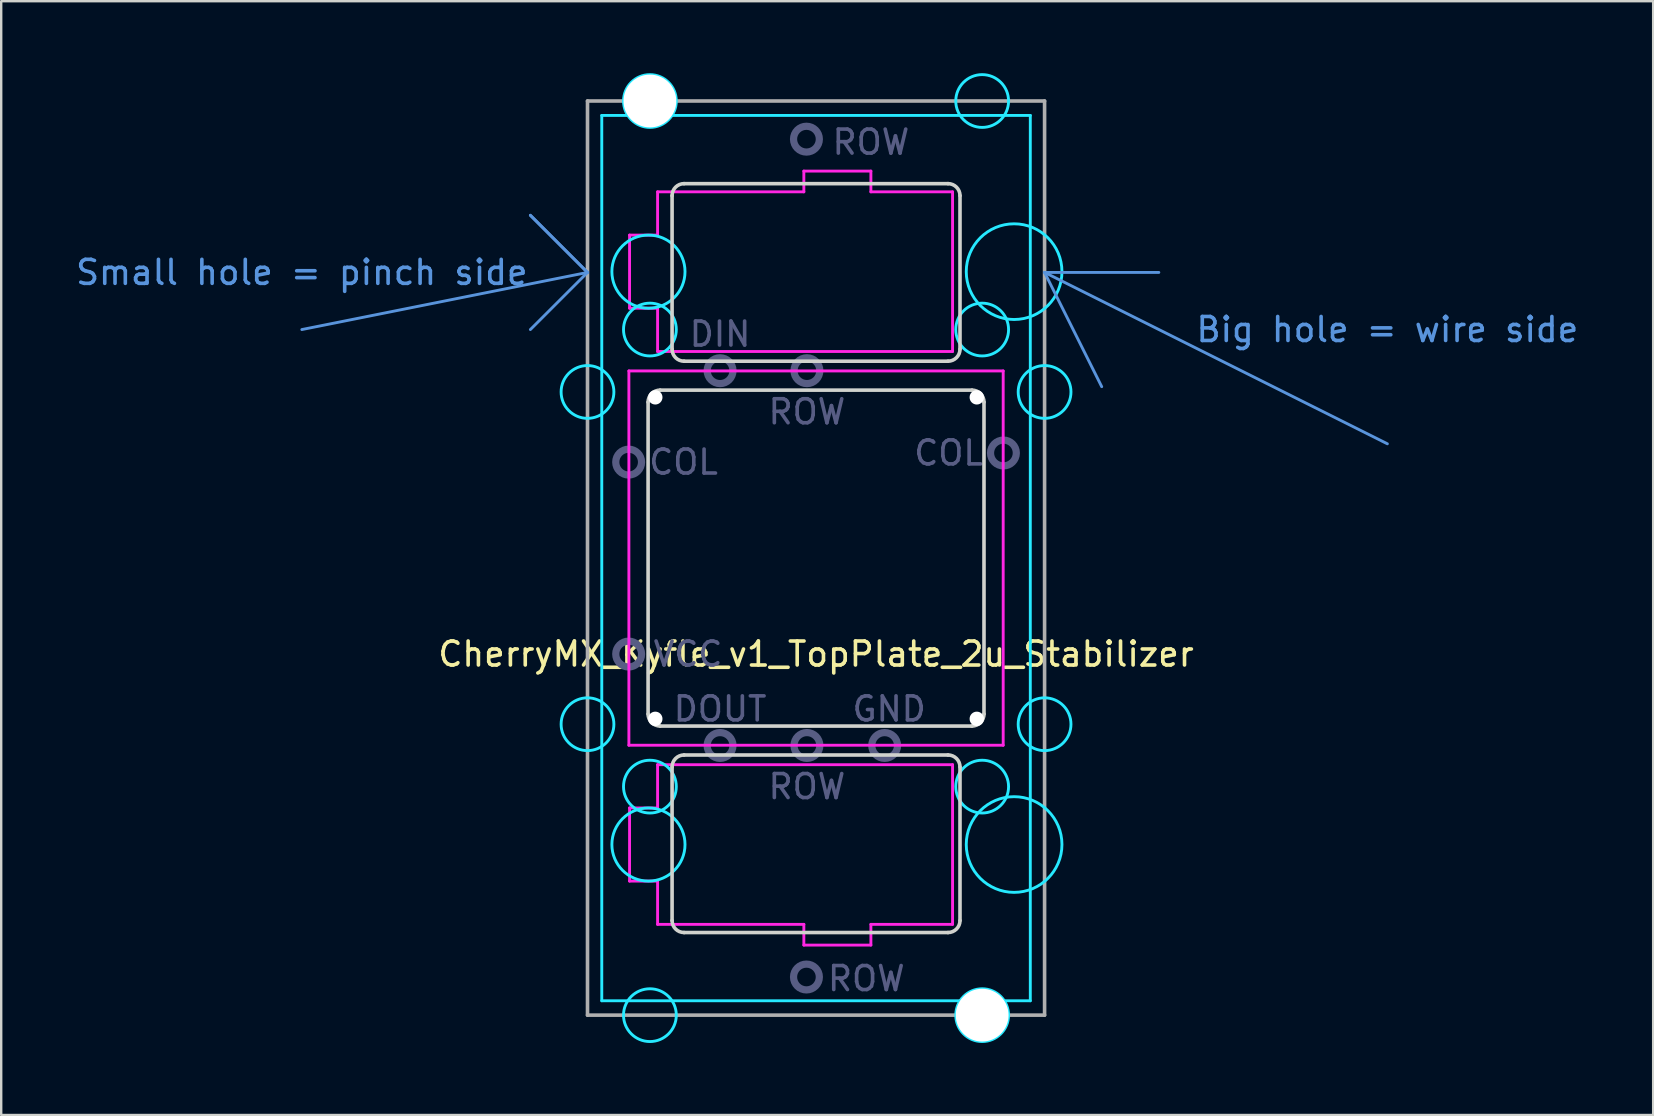
<source format=kicad_pcb>
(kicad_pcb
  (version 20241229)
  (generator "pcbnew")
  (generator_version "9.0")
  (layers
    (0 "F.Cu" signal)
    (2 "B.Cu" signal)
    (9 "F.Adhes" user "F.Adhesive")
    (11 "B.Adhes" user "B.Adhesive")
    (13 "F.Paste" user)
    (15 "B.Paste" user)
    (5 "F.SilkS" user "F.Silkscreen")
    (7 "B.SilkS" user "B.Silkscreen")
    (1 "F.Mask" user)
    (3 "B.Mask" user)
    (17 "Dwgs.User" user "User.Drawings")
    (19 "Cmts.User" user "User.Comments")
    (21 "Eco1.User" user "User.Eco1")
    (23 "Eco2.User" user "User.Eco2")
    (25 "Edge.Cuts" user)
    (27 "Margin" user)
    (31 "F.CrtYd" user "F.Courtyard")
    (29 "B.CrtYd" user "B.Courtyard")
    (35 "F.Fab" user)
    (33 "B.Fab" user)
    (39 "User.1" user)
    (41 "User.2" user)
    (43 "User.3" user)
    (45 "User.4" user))
  (footprint "CherryMX_Kyfle_v1_TopPlate_2u_Stabilizer"
    (layer "F.Cu")
    (at 30.961 20.21)
    (property "Reference" "CherryMX_Kyfle_v1_TopPlate_2u_Stabilizer" (at 0 4 0) (layer "F.SilkS") (effects (font (size 1 1) (thickness 0.15))))
    (attr through_hole)
    (fp_line (start -21.431 -9.525) (end -9.525 -11.906) (stroke (width 0.12) (type solid)) (layer "Cmts.User"))
    (fp_line (start -11.906 -14.287) (end -9.525 -11.906) (stroke (width 0.12) (type solid)) (layer "Cmts.User"))
    (fp_line (start -9.525 -11.906) (end -11.906 -14.287) (stroke (width 0.12) (type solid)) (layer "Cmts.User"))
    (fp_line (start -9.525 -11.906) (end -11.906 -9.525) (stroke (width 0.12) (type solid)) (layer "Cmts.User"))
    (fp_line (start 9.525 -11.906) (end 11.906 -7.144) (stroke (width 0.12) (type solid)) (layer "Cmts.User"))
    (fp_line (start 9.525 -11.906) (end 14.287 -11.906) (stroke (width 0.12) (type solid)) (layer "Cmts.User"))
    (fp_line (start 9.525 -11.906) (end 23.812 -4.763) (stroke (width 0.12) (type solid)) (layer "Cmts.User"))
    (fp_line (start -8.75 -10.44) (end -8.75 -13.44) (stroke (width 0.12) (type solid)) (layer "Eco1.User"))
    (fp_line (start -8.75 10.44) (end -8.75 13.44) (stroke (width 0.12) (type solid)) (layer "Eco1.User"))
    (fp_line (start -7.5 -13.94) (end -8.25 -13.94) (stroke (width 0.12) (type solid)) (layer "Eco1.User"))
    (fp_line (start -7.5 -9.94) (end -8.25 -9.94) (stroke (width 0.12) (type solid)) (layer "Eco1.User"))
    (fp_line (start -7.5 9.94) (end -8.25 9.94) (stroke (width 0.12) (type solid)) (layer "Eco1.User"))
    (fp_line (start -7.5 13.94) (end -8.25 13.94) (stroke (width 0.12) (type solid)) (layer "Eco1.User"))
    (fp_line (start -7 -16.025) (end -7 -14.44) (stroke (width 0.12) (type solid)) (layer "Eco1.User"))
    (fp_line (start -7 -9.44) (end -7 9.44) (stroke (width 0.12) (type solid)) (layer "Eco1.User"))
    (fp_line (start -7 16.025) (end -7 14.44) (stroke (width 0.12) (type solid)) (layer "Eco1.User"))
    (fp_line (start -6.5 16.525) (end 10.25 16.525) (stroke (width 0.12) (type solid)) (layer "Eco1.User"))
    (fp_line (start 7 6.855) (end 7 -6.855) (stroke (width 0.12) (type solid)) (layer "Eco1.User"))
    (fp_line (start 10.25 -16.525) (end -6.5 -16.525) (stroke (width 0.12) (type solid)) (layer "Eco1.User"))
    (fp_line (start 10.25 -7.355) (end 7.5 -7.355) (stroke (width 0.12) (type solid)) (layer "Eco1.User"))
    (fp_line (start 10.25 7.355) (end 7.5 7.355) (stroke (width 0.12) (type solid)) (layer "Eco1.User"))
    (fp_line (start 10.75 -16.025) (end 10.75 -7.855) (stroke (width 0.12) (type solid)) (layer "Eco1.User"))
    (fp_line (start 10.75 16.025) (end 10.75 7.855) (stroke (width 0.12) (type solid)) (layer "Eco1.User"))
    (fp_arc (start -8.75 -13.44) (mid -8.603553 -13.793553) (end -8.25 -13.94) (stroke (width 0.12) (type solid)) (layer "Eco1.User"))
    (fp_arc (start -8.75 10.44) (mid -8.603553 10.086447) (end -8.25 9.94) (stroke (width 0.12) (type solid)) (layer "Eco1.User"))
    (fp_arc (start -8.25 -9.94) (mid -8.603553 -10.086447) (end -8.75 -10.44) (stroke (width 0.12) (type solid)) (layer "Eco1.User"))
    (fp_arc (start -8.25 13.94) (mid -8.603553 13.793553) (end -8.75 13.44) (stroke (width 0.12) (type solid)) (layer "Eco1.User"))
    (fp_arc (start -7.5 -9.94) (mid -7.146447 -9.793553) (end -7 -9.44) (stroke (width 0.12) (type solid)) (layer "Eco1.User"))
    (fp_arc (start -7.5 13.94) (mid -7.146447 14.086447) (end -7 14.44) (stroke (width 0.12) (type solid)) (layer "Eco1.User"))
    (fp_arc (start -7 -16.025) (mid -6.853553 -16.378553) (end -6.5 -16.525) (stroke (width 0.12) (type solid)) (layer "Eco1.User"))
    (fp_arc (start -7 -14.44) (mid -7.146447 -14.086447) (end -7.5 -13.94) (stroke (width 0.12) (type solid)) (layer "Eco1.User"))
    (fp_arc (start -7 9.44) (mid -7.146447 9.793553) (end -7.5 9.94) (stroke (width 0.12) (type solid)) (layer "Eco1.User"))
    (fp_arc (start -6.5 16.525) (mid -6.853553 16.378553) (end -7 16.025) (stroke (width 0.12) (type solid)) (layer "Eco1.User"))
    (fp_arc (start 7 -6.855) (mid 7.146447 -7.208553) (end 7.5 -7.355) (stroke (width 0.12) (type solid)) (layer "Eco1.User"))
    (fp_arc (start 7.5 7.355) (mid 7.146447 7.208553) (end 7 6.855) (stroke (width 0.12) (type solid)) (layer "Eco1.User"))
    (fp_arc (start 10.25 -16.525) (mid 10.603553 -16.378553) (end 10.75 -16.025) (stroke (width 0.12) (type solid)) (layer "Eco1.User"))
    (fp_arc (start 10.25 7.355) (mid 10.603553 7.501447) (end 10.75 7.855) (stroke (width 0.12) (type solid)) (layer "Eco1.User"))
    (fp_arc (start 10.75 -7.855) (mid 10.603553 -7.501447) (end 10.25 -7.355) (stroke (width 0.12) (type solid)) (layer "Eco1.User"))
    (fp_arc (start 10.75 16.025) (mid 10.603553 16.378553) (end 10.25 16.525) (stroke (width 0.12) (type solid)) (layer "Eco1.User"))
    (fp_line (start -7 -6.5) (end -7 6.5) (stroke (width 0.15) (type solid)) (layer "Edge.Cuts"))
    (fp_line (start -6.5 7) (end 6.5 7) (stroke (width 0.15) (type solid)) (layer "Edge.Cuts"))
    (fp_line (start -6 -15.106) (end -6 -8.706) (stroke (width 0.15) (type solid)) (layer "Edge.Cuts"))
    (fp_line (start -6 8.706) (end -6 15.106) (stroke (width 0.15) (type solid)) (layer "Edge.Cuts"))
    (fp_line (start 5.5 -15.606) (end -5.5 -15.606) (stroke (width 0.15) (type solid)) (layer "Edge.Cuts"))
    (fp_line (start 5.5 -8.206) (end -5.5 -8.206) (stroke (width 0.15) (type solid)) (layer "Edge.Cuts"))
    (fp_line (start 5.5 8.206) (end -5.5 8.206) (stroke (width 0.15) (type solid)) (layer "Edge.Cuts"))
    (fp_line (start 5.5 15.606) (end -5.5 15.606) (stroke (width 0.15) (type solid)) (layer "Edge.Cuts"))
    (fp_line (start 6 -15.106) (end 6 -8.706) (stroke (width 0.15) (type solid)) (layer "Edge.Cuts"))
    (fp_line (start 6 8.706) (end 6 15.106) (stroke (width 0.15) (type solid)) (layer "Edge.Cuts"))
    (fp_line (start 6.5 -7) (end -6.5 -7) (stroke (width 0.15) (type solid)) (layer "Edge.Cuts"))
    (fp_line (start 7 6.5) (end 7 -6.5) (stroke (width 0.15) (type solid)) (layer "Edge.Cuts"))
    (fp_arc (start -7 -6.5) (mid -6.853553 -6.853553) (end -6.5 -7) (stroke (width 0.15) (type solid)) (layer "Edge.Cuts"))
    (fp_arc (start -6.5 7) (mid -6.853553 6.853553) (end -7 6.5) (stroke (width 0.15) (type solid)) (layer "Edge.Cuts"))
    (fp_arc (start -6.000008 -15.10625) (mid -5.853561 -15.459803) (end -5.500008 -15.60625) (stroke (width 0.15) (type solid)) (layer "Edge.Cuts"))
    (fp_arc (start -6.000008 8.70625) (mid -5.853561 8.352697) (end -5.500008 8.20625) (stroke (width 0.15) (type solid)) (layer "Edge.Cuts"))
    (fp_arc (start -5.500008 -8.20625) (mid -5.853561 -8.352697) (end -6.000008 -8.70625) (stroke (width 0.15) (type solid)) (layer "Edge.Cuts"))
    (fp_arc (start -5.500008 15.60625) (mid -5.853561 15.459803) (end -6.000008 15.10625) (stroke (width 0.15) (type solid)) (layer "Edge.Cuts"))
    (fp_arc (start 5.5 -15.60625) (mid 5.853553 -15.459803) (end 6 -15.10625) (stroke (width 0.15) (type solid)) (layer "Edge.Cuts"))
    (fp_arc (start 5.5 8.20625) (mid 5.853553 8.352697) (end 6 8.70625) (stroke (width 0.15) (type solid)) (layer "Edge.Cuts"))
    (fp_arc (start 6 -8.70625) (mid 5.853553 -8.352697) (end 5.5 -8.20625) (stroke (width 0.15) (type solid)) (layer "Edge.Cuts"))
    (fp_arc (start 6 15.10625) (mid 5.853553 15.459803) (end 5.5 15.60625) (stroke (width 0.15) (type solid)) (layer "Edge.Cuts"))
    (fp_arc (start 6.5 -7) (mid 6.853553 -6.853553) (end 7 -6.5) (stroke (width 0.15) (type solid)) (layer "Edge.Cuts"))
    (fp_arc (start 7 6.5) (mid 6.853553 6.853553) (end 6.5 7) (stroke (width 0.15) (type solid)) (layer "Edge.Cuts"))
    (fp_line (start -8.93 -18.45) (end 8.93 -18.45) (stroke (width 0.12) (type solid)) (layer "B.CrtYd"))
    (fp_line (start -8.93 18.45) (end -8.93 -18.45) (stroke (width 0.12) (type solid)) (layer "B.CrtYd"))
    (fp_line (start 8.93 -18.45) (end 8.93 18.45) (stroke (width 0.12) (type solid)) (layer "B.CrtYd"))
    (fp_line (start 8.93 18.45) (end -8.93 18.45) (stroke (width 0.12) (type solid)) (layer "B.CrtYd"))
    (fp_circle (center -9.525 -6.924) (end -8.425 -6.924) (stroke (width 0.12) (type solid)) (fill no) (layer "B.CrtYd"))
    (fp_circle (center -9.525 6.924) (end -8.425 6.924) (stroke (width 0.12) (type solid)) (fill no) (layer "B.CrtYd"))
    (fp_circle (center -6.985 -11.938) (end -5.461 -11.938) (stroke (width 0.12) (type solid)) (fill no) (layer "B.CrtYd"))
    (fp_circle (center -6.985 11.938) (end -5.461 11.938) (stroke (width 0.12) (type solid)) (fill no) (layer "B.CrtYd"))
    (fp_circle (center -6.924 -19.05) (end -5.824 -19.05) (stroke (width 0.12) (type solid)) (fill no) (layer "B.CrtYd"))
    (fp_circle (center -6.924 -9.525) (end -5.824 -9.525) (stroke (width 0.12) (type solid)) (fill no) (layer "B.CrtYd"))
    (fp_circle (center -6.924 9.525) (end -5.824 9.525) (stroke (width 0.12) (type solid)) (fill no) (layer "B.CrtYd"))
    (fp_circle (center -6.924 19.05) (end -5.824 19.05) (stroke (width 0.12) (type solid)) (fill no) (layer "B.CrtYd"))
    (fp_circle (center 6.924 -19.05) (end 8.024 -19.05) (stroke (width 0.12) (type solid)) (fill no) (layer "B.CrtYd"))
    (fp_circle (center 6.924 -9.525) (end 8.024 -9.525) (stroke (width 0.12) (type solid)) (fill no) (layer "B.CrtYd"))
    (fp_circle (center 6.924 9.525) (end 8.024 9.525) (stroke (width 0.12) (type solid)) (fill no) (layer "B.CrtYd"))
    (fp_circle (center 6.924 19.05) (end 8.024 19.05) (stroke (width 0.12) (type solid)) (fill no) (layer "B.CrtYd"))
    (fp_circle (center 8.255 -11.938) (end 10.249 -11.938) (stroke (width 0.12) (type solid)) (fill no) (layer "B.CrtYd"))
    (fp_circle (center 8.255 11.938) (end 10.249 11.938) (stroke (width 0.12) (type solid)) (fill no) (layer "B.CrtYd"))
    (fp_circle (center 9.525 -6.924) (end 10.625 -6.924) (stroke (width 0.12) (type solid)) (fill no) (layer "B.CrtYd"))
    (fp_circle (center 9.525 6.924) (end 10.625 6.924) (stroke (width 0.12) (type solid)) (fill no) (layer "B.CrtYd"))
    (fp_line (start -7.8 -7.8) (end 7.8 -7.8) (stroke (width 0.12) (type solid)) (layer "F.CrtYd"))
    (fp_line (start -7.8 7.8) (end -7.8 -7.8) (stroke (width 0.12) (type solid)) (layer "F.CrtYd"))
    (fp_line (start -7.772 -13.462) (end -6.604 -13.462) (stroke (width 0.12) (type solid)) (layer "F.CrtYd"))
    (fp_line (start -7.772 -10.414) (end -7.772 -13.462) (stroke (width 0.12) (type solid)) (layer "F.CrtYd"))
    (fp_line (start -7.772 -10.414) (end -6.604 -10.414) (stroke (width 0.12) (type solid)) (layer "F.CrtYd"))
    (fp_line (start -7.772 10.414) (end -6.604 10.414) (stroke (width 0.12) (type solid)) (layer "F.CrtYd"))
    (fp_line (start -7.772 13.462) (end -7.772 10.414) (stroke (width 0.12) (type solid)) (layer "F.CrtYd"))
    (fp_line (start -7.772 13.462) (end -6.604 13.462) (stroke (width 0.12) (type solid)) (layer "F.CrtYd"))
    (fp_line (start -6.604 -15.265) (end -6.604 -13.462) (stroke (width 0.12) (type solid)) (layer "F.CrtYd"))
    (fp_line (start -6.604 -15.265) (end -0.508 -15.265) (stroke (width 0.12) (type solid)) (layer "F.CrtYd"))
    (fp_line (start -6.604 -8.611) (end -6.604 -10.414) (stroke (width 0.12) (type solid)) (layer "F.CrtYd"))
    (fp_line (start -6.604 -8.611) (end 5.69 -8.611) (stroke (width 0.12) (type solid)) (layer "F.CrtYd"))
    (fp_line (start -6.604 8.611) (end -6.604 10.414) (stroke (width 0.12) (type solid)) (layer "F.CrtYd"))
    (fp_line (start -6.604 8.611) (end 5.69 8.611) (stroke (width 0.12) (type solid)) (layer "F.CrtYd"))
    (fp_line (start -6.604 15.265) (end -6.604 13.462) (stroke (width 0.12) (type solid)) (layer "F.CrtYd"))
    (fp_line (start -6.604 15.265) (end -0.508 15.265) (stroke (width 0.12) (type solid)) (layer "F.CrtYd"))
    (fp_line (start -0.508 -16.129) (end 2.286 -16.129) (stroke (width 0.12) (type solid)) (layer "F.CrtYd"))
    (fp_line (start -0.508 -15.265) (end -0.508 -16.129) (stroke (width 0.12) (type solid)) (layer "F.CrtYd"))
    (fp_line (start -0.508 15.265) (end -0.508 16.129) (stroke (width 0.12) (type solid)) (layer "F.CrtYd"))
    (fp_line (start 2.286 -15.265) (end 2.286 -16.129) (stroke (width 0.12) (type solid)) (layer "F.CrtYd"))
    (fp_line (start 2.286 -15.265) (end 5.69 -15.265) (stroke (width 0.12) (type solid)) (layer "F.CrtYd"))
    (fp_line (start 2.286 15.265) (end 2.286 16.129) (stroke (width 0.12) (type solid)) (layer "F.CrtYd"))
    (fp_line (start 2.286 15.265) (end 5.69 15.265) (stroke (width 0.12) (type solid)) (layer "F.CrtYd"))
    (fp_line (start 2.286 16.129) (end -0.508 16.129) (stroke (width 0.12) (type solid)) (layer "F.CrtYd"))
    (fp_line (start 5.69 -8.611) (end 5.69 -15.265) (stroke (width 0.12) (type solid)) (layer "F.CrtYd"))
    (fp_line (start 5.69 15.265) (end 5.69 8.611) (stroke (width 0.12) (type solid)) (layer "F.CrtYd"))
    (fp_line (start 7.8 -7.8) (end 7.8 7.8) (stroke (width 0.12) (type solid)) (layer "F.CrtYd"))
    (fp_line (start 7.8 7.8) (end -7.8 7.8) (stroke (width 0.12) (type solid)) (layer "F.CrtYd"))
    (fp_circle (center -7.81 -4) (end -7.272 -4) (stroke (width 0.3) (type solid)) (fill no) (layer "B.Fab"))
    (fp_circle (center -7.81 4) (end -7.272 4) (stroke (width 0.3) (type solid)) (fill no) (layer "B.Fab"))
    (fp_circle (center -4 -7.81) (end -3.462 -7.81) (stroke (width 0.3) (type solid)) (fill no) (layer "B.Fab"))
    (fp_circle (center -4 7.81) (end -3.462 7.81) (stroke (width 0.3) (type solid)) (fill no) (layer "B.Fab"))
    (fp_circle (center -0.4 -17.46) (end 0.138 -17.46) (stroke (width 0.3) (type solid)) (fill no) (layer "B.Fab"))
    (fp_circle (center -0.4 17.46) (end 0.138 17.46) (stroke (width 0.3) (type solid)) (fill no) (layer "B.Fab"))
    (fp_circle (center -0.38 -7.81) (end 0.158 -7.81) (stroke (width 0.3) (type solid)) (fill no) (layer "B.Fab"))
    (fp_circle (center -0.38 7.81) (end 0.158 7.81) (stroke (width 0.3) (type solid)) (fill no) (layer "B.Fab"))
    (fp_circle (center 2.86 7.81) (end 3.397 7.81) (stroke (width 0.3) (type solid)) (fill no) (layer "B.Fab"))
    (fp_circle (center 7.81 -4.38) (end 8.348 -4.38) (stroke (width 0.3) (type solid)) (fill no) (layer "B.Fab"))
    (fp_line (start -9.525 -19.05) (end -9.525 19.05) (stroke (width 0.15) (type solid)) (layer "F.Fab"))
    (fp_line (start -9.525 19.05) (end 9.525 19.05) (stroke (width 0.15) (type solid)) (layer "F.Fab"))
    (fp_line (start 9.525 -19.05) (end -9.525 -19.05) (stroke (width 0.15) (type solid)) (layer "F.Fab"))
    (fp_line (start 9.525 19.05) (end 9.525 -19.05) (stroke (width 0.15) (type solid)) (layer "F.Fab"))
    (fp_text user "Small hole = pinch side" (at -21.431 -11.906 0) (layer "Cmts.User") (effects (font (size 1 1) (thickness 0.15))))
    (fp_text user "Big hole = wire side" (at 23.812 -9.525 0) (layer "Cmts.User") (effects (font (size 1 1) (thickness 0.15))))
    (fp_text user "COL" (at -5.524 -4 0) (layer "B.Fab") (effects (font (size 1 1) (thickness 0.15))))
    (fp_text user "ROW" (at 2.095 17.526 0) (layer "B.Fab") (effects (font (size 1 1) (thickness 0.15))))
    (fp_text user "COL" (at 5.524 -4.381 0) (layer "B.Fab") (effects (font (size 1 1) (thickness 0.15))))
    (fp_text user "GND" (at 3.048 6.287 0) (layer "B.Fab") (effects (font (size 1 1) (thickness 0.15))))
    (fp_text user "DIN" (at -4 -9.335 0) (layer "B.Fab") (effects (font (size 1 1) (thickness 0.15))))
    (fp_text user "DOUT" (at -4 6.287 0) (layer "B.Fab") (effects (font (size 1 1) (thickness 0.15))))
    (fp_text user "ROW" (at -0.381 -6.096 0) (layer "B.Fab") (effects (font (size 1 1) (thickness 0.15))))
    (fp_text user "ROW" (at -0.381 9.525 0) (layer "B.Fab") (effects (font (size 1 1) (thickness 0.15))))
    (fp_text user "ROW" (at 2.286 -17.335 0) (layer "B.Fab") (effects (font (size 1 1) (thickness 0.15))))
    (fp_text user "VCC" (at -5.334 4 0) (layer "B.Fab") (effects (font (size 1 1) (thickness 0.15))))
    (pad "" np_thru_hole circle (at -6.924 -19.05) (size 2.2 2.2) (drill 2.2) (layers "*.Cu" "*.Mask"))
    (pad "" np_thru_hole circle (at -6.7 -6.7) (size 0.6 0.6) (drill 0.6) (layers "*.Cu"))
    (pad "" np_thru_hole circle (at -6.7 6.7) (size 0.6 0.6) (drill 0.6) (layers "*.Cu"))
    (pad "" np_thru_hole circle (at 6.7 -6.7) (size 0.6 0.6) (drill 0.6) (layers "*.Cu"))
    (pad "" np_thru_hole circle (at 6.7 6.7) (size 0.6 0.6) (drill 0.6) (layers "*.Cu"))
    (pad "" np_thru_hole circle (at 6.924 19.05) (size 2.2 2.2) (drill 2.2) (layers "*.Cu" "*.Mask")))
  (gr_rect
    (start -3 -3)
    (end 65.851 43.42)
    (stroke (width 0.1) (type default))
    (fill no)
    (layer "Edge.Cuts")))
</source>
